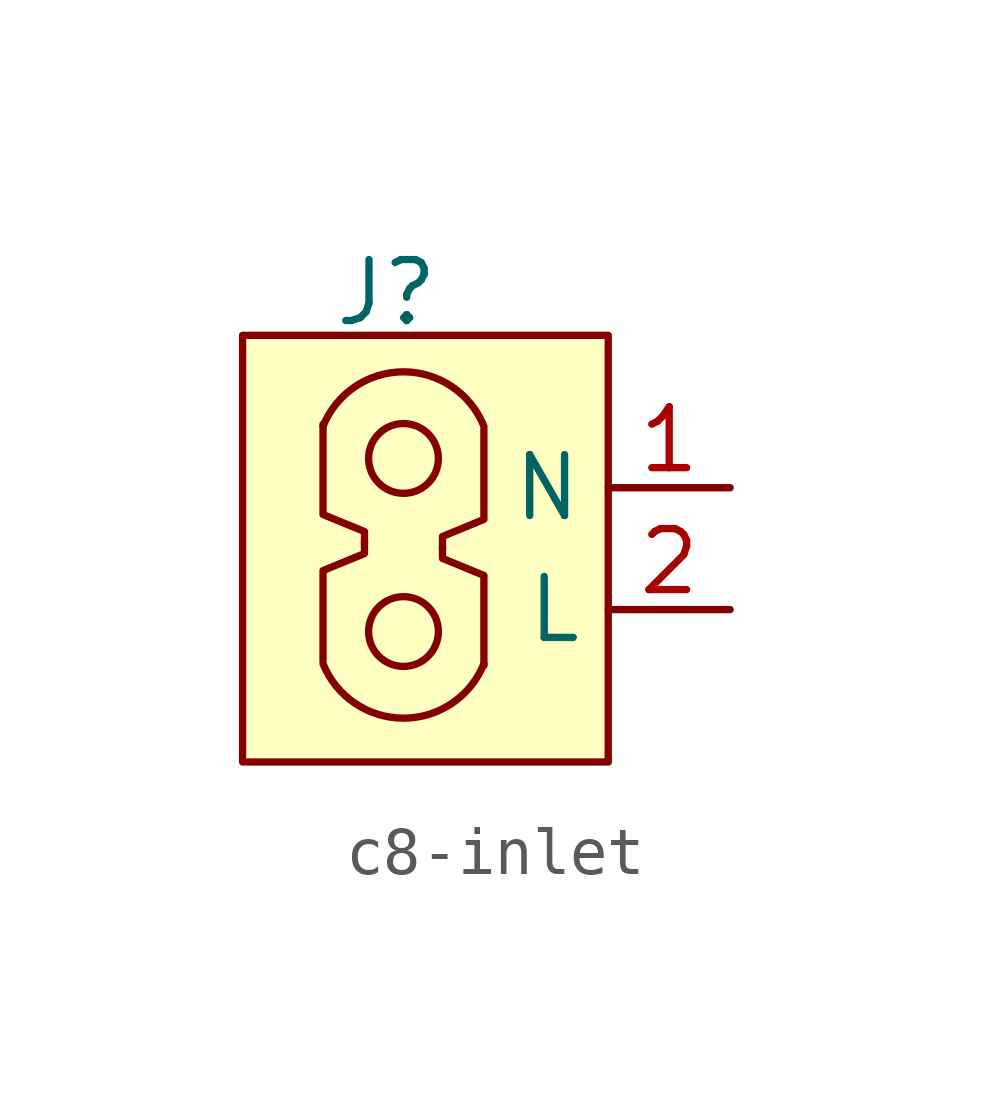
<source format=kicad_sym>
(kicad_symbol_lib
  (version 20211014)
  (generator kicad_symbol_editor)
  (symbol "c8-inlet"
    (property "Reference" "J"
      (at -0.813 6.604 0)
      (effects (font (size 1.27 1.27))))
    (symbol "c8-inlet_0_1"
      (arc (start -2.1336 -1.1271) (mid -0.4572 -2.2625) (end 1.2192 -1.1271) (stroke (width 0) (type default) (color 0 0 0 0)) (fill (type none)))
      (circle (center -0.457 -0.457) (radius 0.727) (stroke (width 0) (type default) (color 0 0 0 0)) (fill (type none)))
      (circle (center -0.457 3.15) (radius 0.727) (stroke (width 0) (type default) (color 0 0 0 0)) (fill (type none)))
      (polyline (pts (xy -2.134 -1.067) (xy -2.134 0.813) (xy -1.27 1.168) (xy -1.27 1.422)) (stroke (width 0) (type default) (color 0 0 0 0)) (fill (type none)))
      (polyline (pts (xy -2.134 3.861) (xy -2.134 1.981) (xy -1.27 1.626) (xy -1.27 1.372)) (stroke (width 0) (type default) (color 0 0 0 0)) (fill (type none)))
      (polyline (pts (xy 1.219 -1.168) (xy 1.219 0.711) (xy 0.356 1.067) (xy 0.356 1.321)) (stroke (width 0) (type default) (color 0 0 0 0)) (fill (type none)))
      (polyline (pts (xy 1.219 3.759) (xy 1.219 1.88) (xy 0.356 1.524) (xy 0.356 1.27)) (stroke (width 0) (type default) (color 0 0 0 0)) (fill (type none)))
      (arc (start 1.2192 3.8195) (mid -0.4572 4.9549) (end -2.1336 3.8195) (stroke (width 0) (type default) (color 0 0 0 0)) (fill (type none)))
      (rectangle (start 3.81 5.715) (end -3.81 -3.175) (stroke (width 0) (type default) (color 0 0 0 0)) (fill (type background))))
    (symbol "c8-inlet_1_1"
      (pin power_in line (at 6.35 2.54 180) (length 2.54) (name "N" (effects (font (size 1.27 1.27)))) (number "1" (effects (font (size 1.27 1.27)))))
      (pin power_in line (at 6.35 0 180) (length 2.54) (name "L" (effects (font (size 1.27 1.27)))) (number "2" (effects (font (size 1.27 1.27))))))))
</source>
